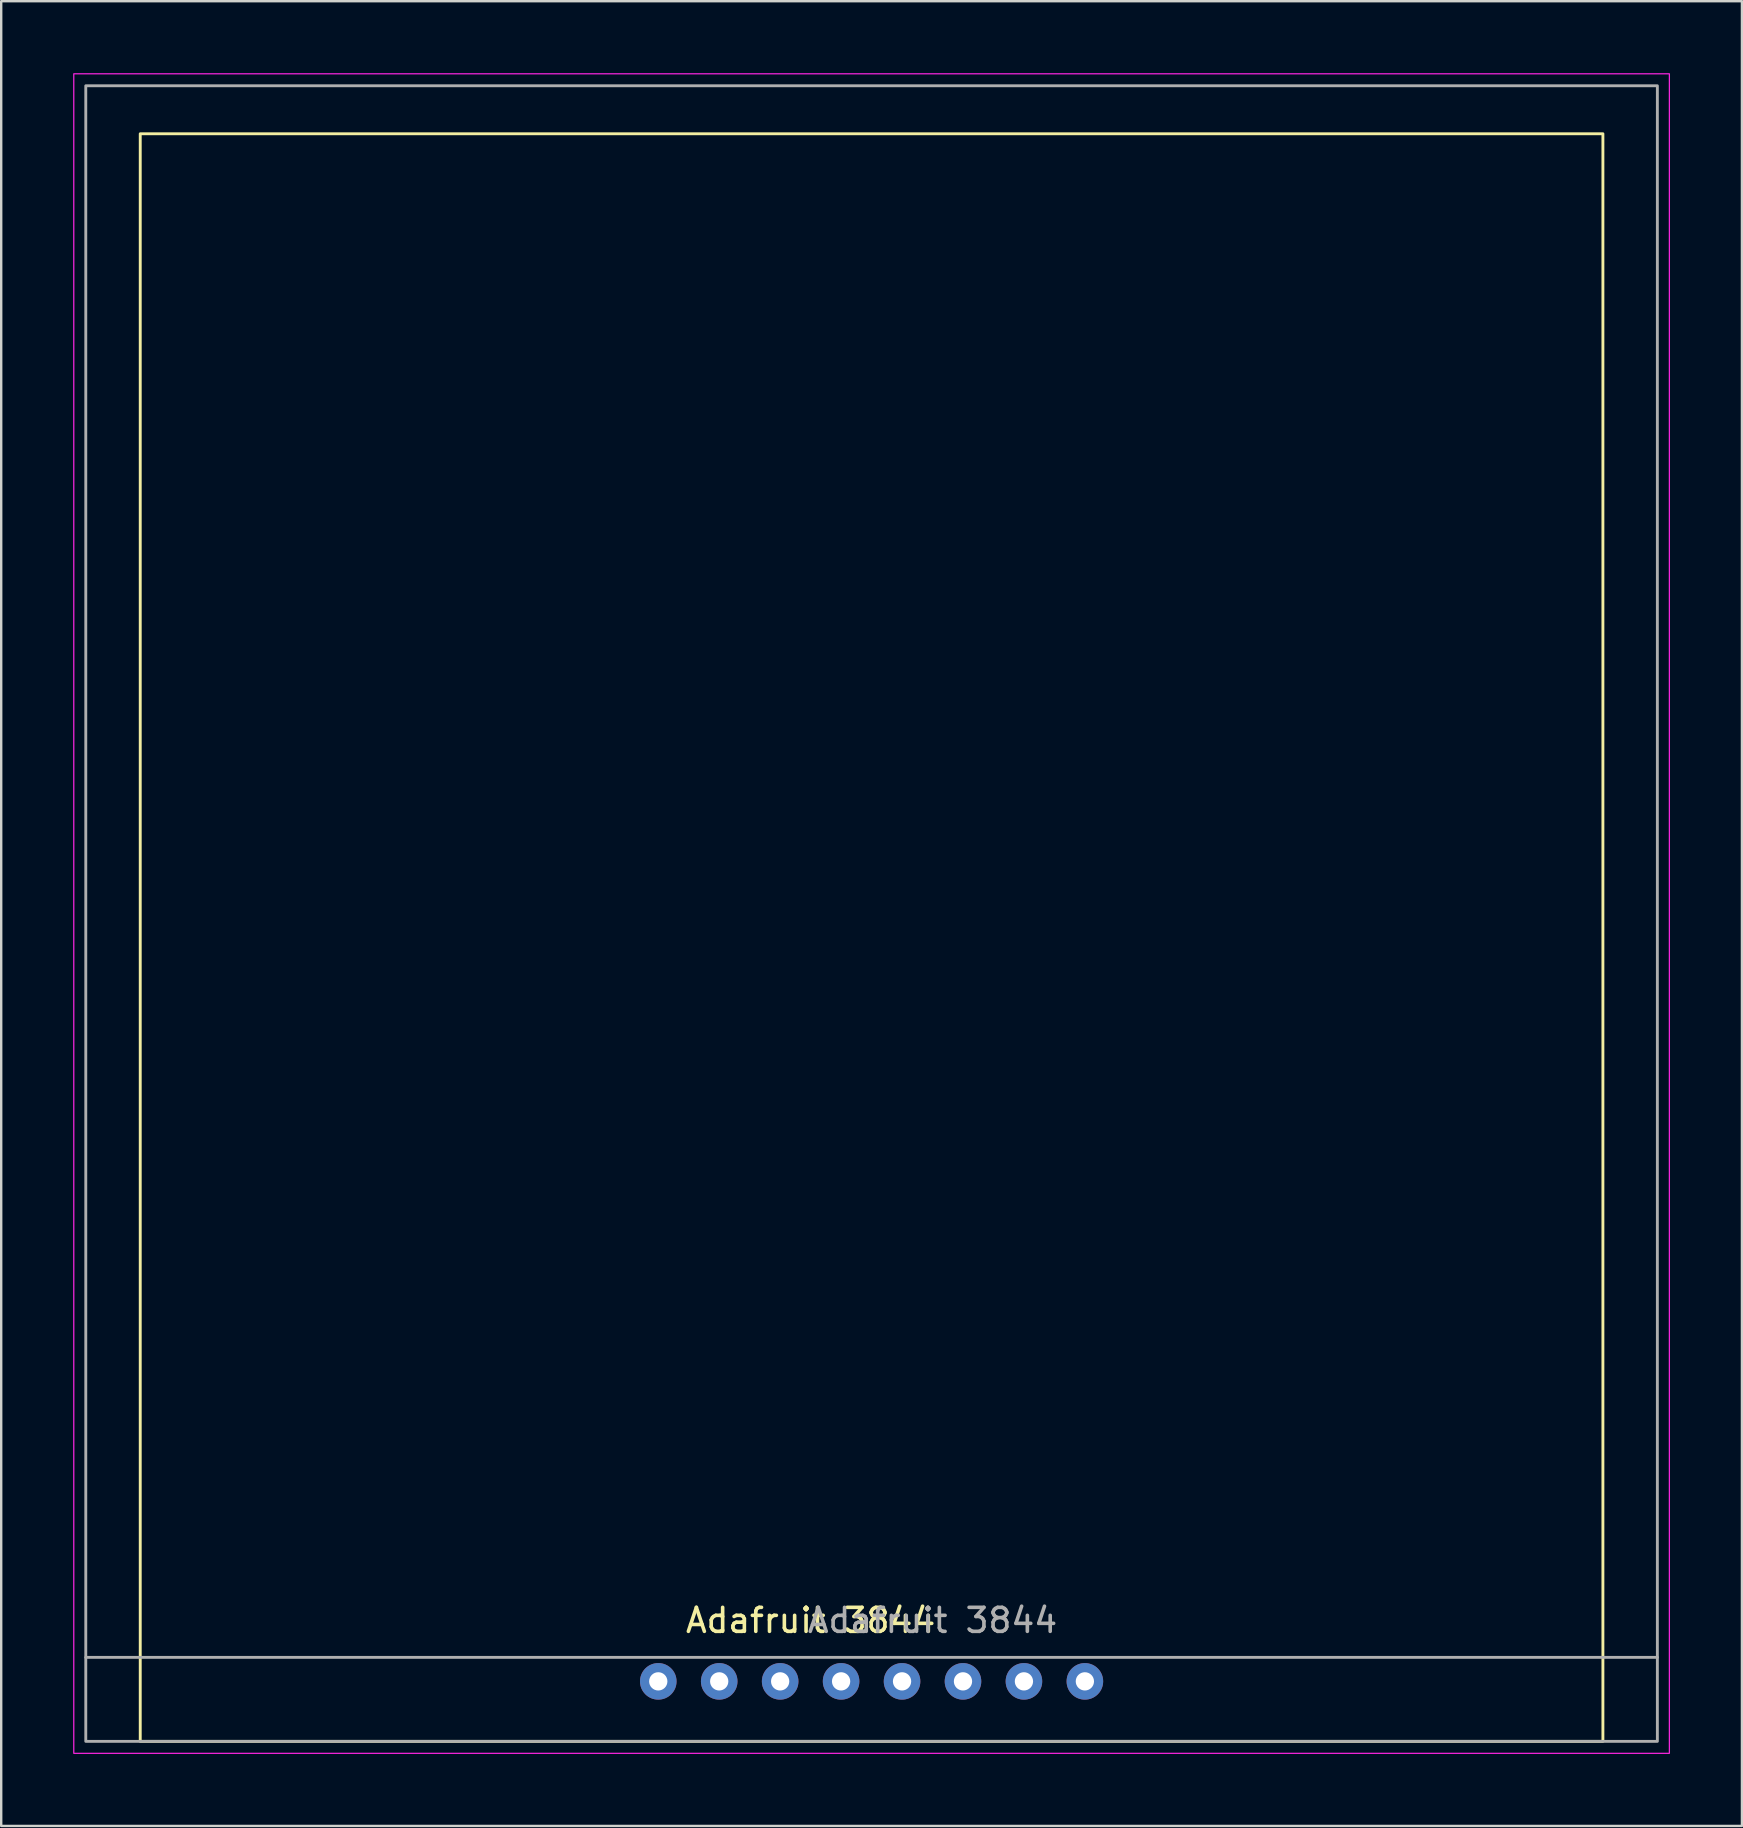
<source format=kicad_pcb>
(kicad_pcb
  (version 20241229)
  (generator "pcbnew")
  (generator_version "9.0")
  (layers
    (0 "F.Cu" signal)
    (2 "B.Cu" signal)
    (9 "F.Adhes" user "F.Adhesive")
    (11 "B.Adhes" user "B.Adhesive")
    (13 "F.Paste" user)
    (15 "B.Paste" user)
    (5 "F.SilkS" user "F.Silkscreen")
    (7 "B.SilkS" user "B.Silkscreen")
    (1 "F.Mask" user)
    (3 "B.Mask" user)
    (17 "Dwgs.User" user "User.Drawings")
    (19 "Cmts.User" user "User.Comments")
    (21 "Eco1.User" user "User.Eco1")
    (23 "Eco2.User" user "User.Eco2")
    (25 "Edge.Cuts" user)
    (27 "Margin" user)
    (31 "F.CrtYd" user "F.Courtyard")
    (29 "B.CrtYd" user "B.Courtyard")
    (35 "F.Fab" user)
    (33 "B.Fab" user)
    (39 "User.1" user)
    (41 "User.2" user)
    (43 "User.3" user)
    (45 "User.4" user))
  (footprint "Adafruit 3844"
    (layer "F.Cu")
    (at 33.275 67.025)
    (property "Reference" "Adafruit 3844" (at -2.54 -2.54 0) (unlocked yes) (layer "F.SilkS") (effects (font (size 1 1) (thickness 0.15))))
    (attr through_hole)
    (fp_rect (start -30.48 -64.5) (end 30.48 2.5) (stroke (width 0.12) (type solid)) (fill no) (layer "F.SilkS"))
    (fp_rect (start -33.25 -67) (end 33.25 3) (stroke (width 0.05) (type solid)) (fill no) (layer "F.CrtYd"))
    (fp_line (start -32.75 -1) (end 32.75 -1) (stroke (width 0.12) (type solid)) (layer "F.Fab"))
    (fp_rect (start -32.75 -66.5) (end 32.75 2.5) (stroke (width 0.12) (type solid)) (fill no) (layer "F.Fab"))
    (fp_text user "${REFERENCE}" (at 2.54 -2.54 0) (unlocked yes) (layer "F.Fab") (effects (font (size 1 1) (thickness 0.15))))
    (pad "1" thru_hole circle (at -8.89 0) (size 1.524 1.524) (drill 0.762) (layers "*.Cu" "*.Mask") (remove_unused_layers yes) (keep_end_layers yes) (zone_layer_connections))
    (pad "2" thru_hole circle (at -6.35 0) (size 1.524 1.524) (drill 0.762) (layers "*.Cu" "*.Mask") (remove_unused_layers yes) (keep_end_layers yes) (zone_layer_connections))
    (pad "3" thru_hole circle (at -3.81 0) (size 1.524 1.524) (drill 0.762) (layers "*.Cu" "*.Mask") (remove_unused_layers yes) (keep_end_layers yes) (zone_layer_connections))
    (pad "4" thru_hole circle (at -1.27 0) (size 1.524 1.524) (drill 0.762) (layers "*.Cu" "*.Mask") (remove_unused_layers yes) (keep_end_layers yes) (zone_layer_connections))
    (pad "5" thru_hole circle (at 1.27 0) (size 1.524 1.524) (drill 0.762) (layers "*.Cu" "*.Mask") (remove_unused_layers yes) (keep_end_layers yes) (zone_layer_connections))
    (pad "6" thru_hole circle (at 3.81 0) (size 1.524 1.524) (drill 0.762) (layers "*.Cu" "*.Mask") (remove_unused_layers yes) (keep_end_layers yes) (zone_layer_connections))
    (pad "7" thru_hole circle (at 6.35 0) (size 1.524 1.524) (drill 0.762) (layers "*.Cu" "*.Mask") (remove_unused_layers yes) (keep_end_layers yes) (zone_layer_connections))
    (pad "8" thru_hole circle (at 8.89 0) (size 1.524 1.524) (drill 0.762) (layers "*.Cu" "*.Mask") (remove_unused_layers yes) (keep_end_layers yes) (zone_layer_connections)))
  (gr_rect
    (start -3 -3)
    (end 69.55 73.05)
    (stroke (width 0.1) (type default))
    (fill no)
    (layer "Edge.Cuts")))
</source>
